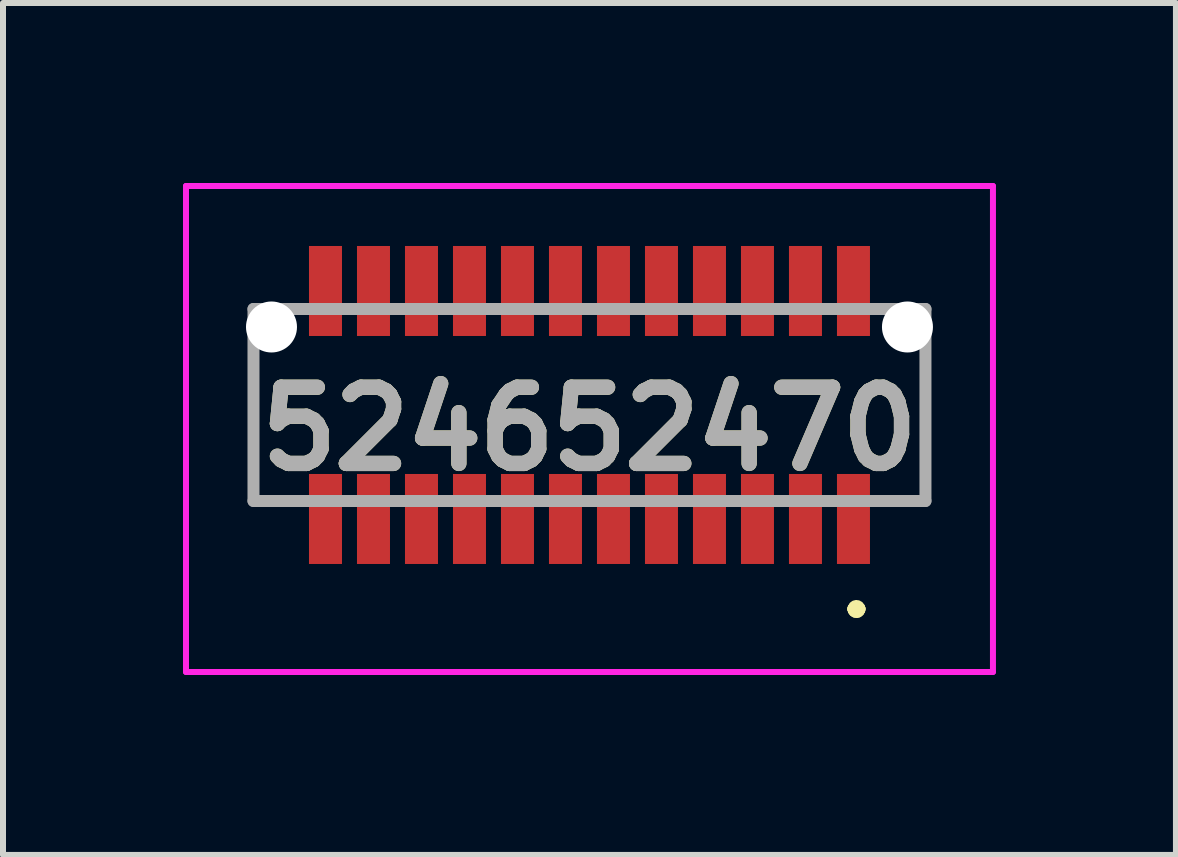
<source format=kicad_pcb>
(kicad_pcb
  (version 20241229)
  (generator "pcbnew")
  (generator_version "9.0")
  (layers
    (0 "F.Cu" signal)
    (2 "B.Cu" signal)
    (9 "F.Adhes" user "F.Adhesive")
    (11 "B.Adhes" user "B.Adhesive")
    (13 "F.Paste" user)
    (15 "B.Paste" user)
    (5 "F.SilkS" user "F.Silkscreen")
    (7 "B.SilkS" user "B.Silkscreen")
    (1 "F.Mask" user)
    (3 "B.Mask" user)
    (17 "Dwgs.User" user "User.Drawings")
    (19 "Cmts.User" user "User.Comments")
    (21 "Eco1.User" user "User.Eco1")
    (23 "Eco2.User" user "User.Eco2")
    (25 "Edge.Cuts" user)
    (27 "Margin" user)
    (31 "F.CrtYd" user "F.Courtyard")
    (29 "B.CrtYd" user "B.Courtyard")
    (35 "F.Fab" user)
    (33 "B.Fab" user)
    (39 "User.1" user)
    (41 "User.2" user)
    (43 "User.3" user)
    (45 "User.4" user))
  (footprint "524652470"
    (layer "F.Cu")
    (at 6.775 3.7)
    (property "Reference" "524652470" (at 0 0.4 0) (layer "F.SilkS") (effects (font (size 1.27 1.27) (thickness 0.254))))
    (attr through_hole)
    (fp_line (start -5.6 -0.25) (end -5.6 -0.25) (stroke (width 0.1) (type solid)) (layer "F.SilkS"))
    (fp_line (start -5.6 -0.25) (end -5.6 1.6) (stroke (width 0.1) (type solid)) (layer "F.SilkS"))
    (fp_line (start -5.6 1.6) (end -5.6 -0.25) (stroke (width 0.1) (type solid)) (layer "F.SilkS"))
    (fp_line (start -5.6 1.6) (end -5.6 1.6) (stroke (width 0.1) (type solid)) (layer "F.SilkS"))
    (fp_line (start -5.6 1.6) (end -5.6 1.6) (stroke (width 0.1) (type solid)) (layer "F.SilkS"))
    (fp_line (start -5.6 1.6) (end -5.25 1.6) (stroke (width 0.1) (type solid)) (layer "F.SilkS"))
    (fp_line (start -5.25 1.6) (end -5.6 1.6) (stroke (width 0.1) (type solid)) (layer "F.SilkS"))
    (fp_line (start -5.25 1.6) (end -5.25 1.6) (stroke (width 0.1) (type solid)) (layer "F.SilkS"))
    (fp_line (start 4.4 3.4) (end 4.4 3.4) (stroke (width 0.2) (type solid)) (layer "F.SilkS"))
    (fp_line (start 4.4 3.4) (end 4.4 3.4) (stroke (width 0.2) (type solid)) (layer "F.SilkS"))
    (fp_line (start 4.5 3.4) (end 4.5 3.4) (stroke (width 0.2) (type solid)) (layer "F.SilkS"))
    (fp_line (start 5.25 1.6) (end 5.25 1.6) (stroke (width 0.1) (type solid)) (layer "F.SilkS"))
    (fp_line (start 5.25 1.6) (end 5.6 1.6) (stroke (width 0.1) (type solid)) (layer "F.SilkS"))
    (fp_line (start 5.6 -0.25) (end 5.6 -0.25) (stroke (width 0.1) (type solid)) (layer "F.SilkS"))
    (fp_line (start 5.6 -0.25) (end 5.6 1.6) (stroke (width 0.1) (type solid)) (layer "F.SilkS"))
    (fp_line (start 5.6 1.6) (end 5.25 1.6) (stroke (width 0.1) (type solid)) (layer "F.SilkS"))
    (fp_line (start 5.6 1.6) (end 5.6 -0.25) (stroke (width 0.1) (type solid)) (layer "F.SilkS"))
    (fp_line (start 5.6 1.6) (end 5.6 1.6) (stroke (width 0.1) (type solid)) (layer "F.SilkS"))
    (fp_line (start 5.6 1.6) (end 5.6 1.6) (stroke (width 0.1) (type solid)) (layer "F.SilkS"))
    (fp_arc (start 4.4 3.4) (mid 4.45 3.35) (end 4.5 3.4) (stroke (width 0.2) (type solid)) (layer "F.SilkS"))
    (fp_arc (start 4.5 3.4) (mid 4.45 3.45) (end 4.4 3.4) (stroke (width 0.2) (type solid)) (layer "F.SilkS"))
    (fp_arc (start 4.5 3.4) (mid 4.45 3.45) (end 4.4 3.4) (stroke (width 0.2) (type solid)) (layer "F.SilkS"))
    (fp_line (start -6.725 -3.65) (end 6.725 -3.65) (stroke (width 0.1) (type solid)) (layer "F.CrtYd"))
    (fp_line (start -6.725 4.45) (end -6.725 -3.65) (stroke (width 0.1) (type solid)) (layer "F.CrtYd"))
    (fp_line (start 6.725 -3.65) (end 6.725 4.45) (stroke (width 0.1) (type solid)) (layer "F.CrtYd"))
    (fp_line (start 6.725 4.45) (end -6.725 4.45) (stroke (width 0.1) (type solid)) (layer "F.CrtYd"))
    (fp_line (start -5.6 -1.6) (end -5.6 1.6) (stroke (width 0.2) (type solid)) (layer "F.Fab"))
    (fp_line (start -5.6 1.6) (end 5.6 1.6) (stroke (width 0.2) (type solid)) (layer "F.Fab"))
    (fp_line (start 5.6 -1.6) (end -5.6 -1.6) (stroke (width 0.2) (type solid)) (layer "F.Fab"))
    (fp_line (start 5.6 1.6) (end 5.6 -1.6) (stroke (width 0.2) (type solid)) (layer "F.Fab"))
    (fp_text user "${REFERENCE}" (at 0 0.4 0) (layer "F.Fab") (effects (font (size 1.27 1.27) (thickness 0.254))))
    (pad "" np_thru_hole circle (at -5.3 -1.3) (size 0.85 0.85) (drill 0.85) (layers "*.Cu" "*.Mask"))
    (pad "" np_thru_hole circle (at 5.3 -1.3) (size 0.85 0.85) (drill 0.85) (layers "*.Cu" "*.Mask"))
    (pad "1" smd rect (at 4.4 1.9) (size 0.55 1.5) (layers "F.Cu" "F.Mask" "F.Paste"))
    (pad "2" smd rect (at 4.4 -1.9) (size 0.55 1.5) (layers "F.Cu" "F.Mask" "F.Paste"))
    (pad "3" smd rect (at 3.6 1.9) (size 0.55 1.5) (layers "F.Cu" "F.Mask" "F.Paste"))
    (pad "4" smd rect (at 3.6 -1.9) (size 0.55 1.5) (layers "F.Cu" "F.Mask" "F.Paste"))
    (pad "5" smd rect (at 2.8 1.9) (size 0.55 1.5) (layers "F.Cu" "F.Mask" "F.Paste"))
    (pad "6" smd rect (at 2.8 -1.9) (size 0.55 1.5) (layers "F.Cu" "F.Mask" "F.Paste"))
    (pad "7" smd rect (at 2 1.9) (size 0.55 1.5) (layers "F.Cu" "F.Mask" "F.Paste"))
    (pad "8" smd rect (at 2 -1.9) (size 0.55 1.5) (layers "F.Cu" "F.Mask" "F.Paste"))
    (pad "9" smd rect (at 1.2 1.9) (size 0.55 1.5) (layers "F.Cu" "F.Mask" "F.Paste"))
    (pad "10" smd rect (at 1.2 -1.9) (size 0.55 1.5) (layers "F.Cu" "F.Mask" "F.Paste"))
    (pad "11" smd rect (at 0.4 1.9) (size 0.55 1.5) (layers "F.Cu" "F.Mask" "F.Paste"))
    (pad "12" smd rect (at 0.4 -1.9) (size 0.55 1.5) (layers "F.Cu" "F.Mask" "F.Paste"))
    (pad "13" smd rect (at -0.4 1.9) (size 0.55 1.5) (layers "F.Cu" "F.Mask" "F.Paste"))
    (pad "14" smd rect (at -0.4 -1.9) (size 0.55 1.5) (layers "F.Cu" "F.Mask" "F.Paste"))
    (pad "15" smd rect (at -1.2 1.9) (size 0.55 1.5) (layers "F.Cu" "F.Mask" "F.Paste"))
    (pad "16" smd rect (at -1.2 -1.9) (size 0.55 1.5) (layers "F.Cu" "F.Mask" "F.Paste"))
    (pad "17" smd rect (at -2 1.9) (size 0.55 1.5) (layers "F.Cu" "F.Mask" "F.Paste"))
    (pad "18" smd rect (at -2 -1.9) (size 0.55 1.5) (layers "F.Cu" "F.Mask" "F.Paste"))
    (pad "19" smd rect (at -2.8 1.9) (size 0.55 1.5) (layers "F.Cu" "F.Mask" "F.Paste"))
    (pad "20" smd rect (at -2.8 -1.9) (size 0.55 1.5) (layers "F.Cu" "F.Mask" "F.Paste"))
    (pad "21" smd rect (at -3.6 1.9) (size 0.55 1.5) (layers "F.Cu" "F.Mask" "F.Paste"))
    (pad "22" smd rect (at -3.6 -1.9) (size 0.55 1.5) (layers "F.Cu" "F.Mask" "F.Paste"))
    (pad "23" smd rect (at -4.4 1.9) (size 0.55 1.5) (layers "F.Cu" "F.Mask" "F.Paste"))
    (pad "24" smd rect (at -4.4 -1.9) (size 0.55 1.5) (layers "F.Cu" "F.Mask" "F.Paste")))
  (gr_rect
    (start -3 -3)
    (end 16.55 11.2)
    (stroke (width 0.1) (type default))
    (fill no)
    (layer "Edge.Cuts")))
</source>
